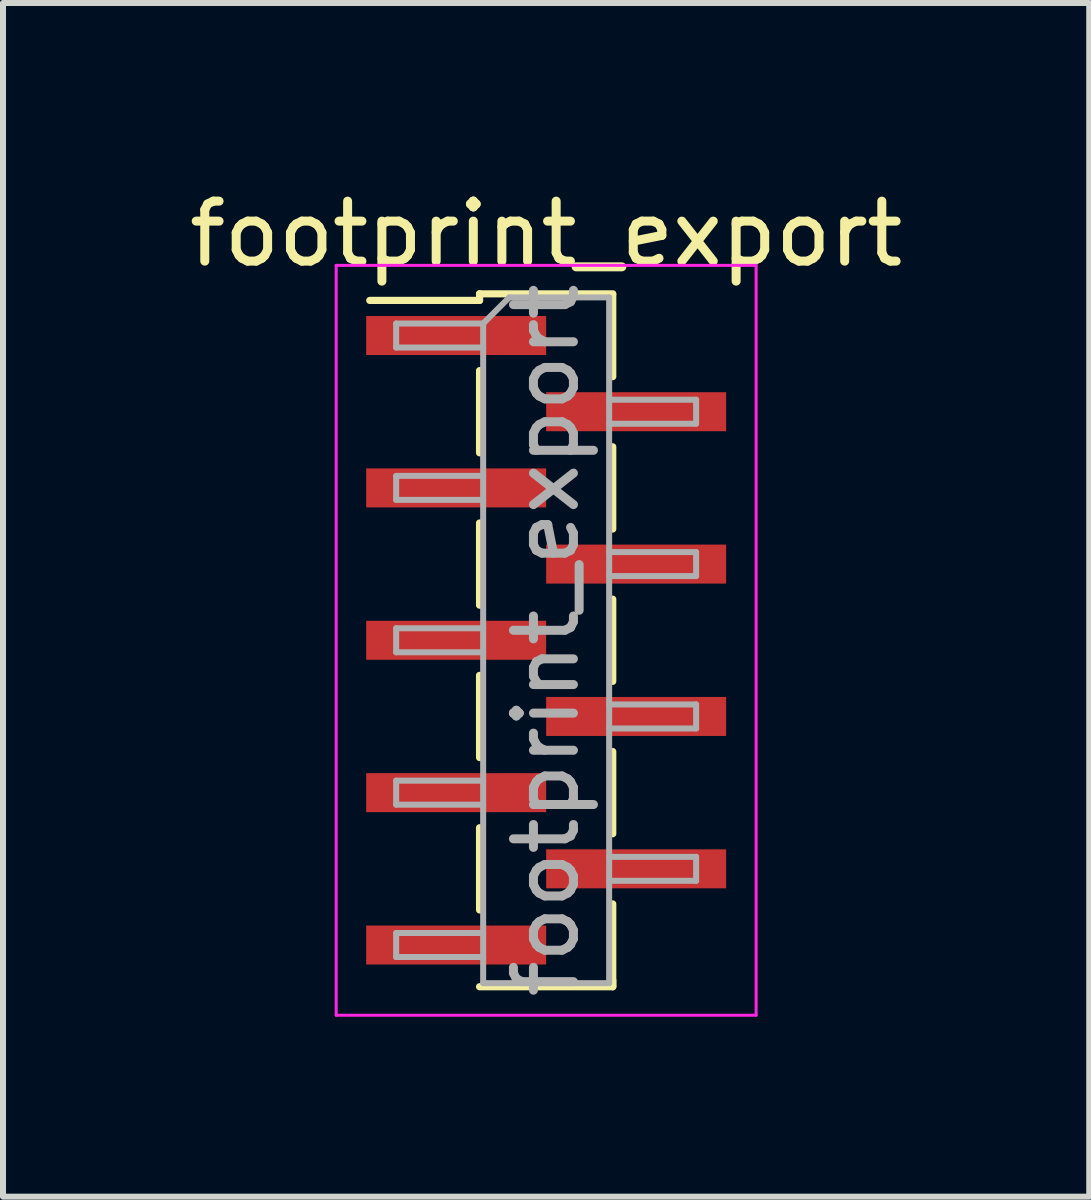
<source format=kicad_pcb>
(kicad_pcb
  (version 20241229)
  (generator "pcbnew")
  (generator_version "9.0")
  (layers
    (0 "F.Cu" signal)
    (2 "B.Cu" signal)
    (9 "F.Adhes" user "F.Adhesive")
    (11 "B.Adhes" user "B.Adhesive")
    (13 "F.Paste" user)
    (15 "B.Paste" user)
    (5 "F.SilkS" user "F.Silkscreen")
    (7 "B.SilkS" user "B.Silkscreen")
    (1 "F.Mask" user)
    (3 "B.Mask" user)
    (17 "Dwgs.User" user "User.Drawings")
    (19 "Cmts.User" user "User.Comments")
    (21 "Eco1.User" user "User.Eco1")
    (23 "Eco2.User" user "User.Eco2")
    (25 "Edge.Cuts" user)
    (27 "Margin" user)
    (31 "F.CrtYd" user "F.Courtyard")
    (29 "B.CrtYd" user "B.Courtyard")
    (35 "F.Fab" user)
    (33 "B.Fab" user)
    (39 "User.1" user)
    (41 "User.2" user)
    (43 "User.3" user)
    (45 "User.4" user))
  (footprint "footprint_export"
    (layer "F.Cu")
    (at 6.054 7.623)
    (property "Reference" "footprint_export" (at 0 -6.775 0) (layer "F.SilkS") (effects (font (size 1 1) (thickness 0.15))))
    (attr smd)
    (fp_line (start -1.11 -5.775) (end -1.11 -5.665) (stroke (width 0.12) (type solid)) (layer "F.SilkS"))
    (fp_line (start -1.11 -5.775) (end 1.11 -5.775) (stroke (width 0.12) (type solid)) (layer "F.SilkS"))
    (fp_line (start -1.11 -5.665) (end -2.94 -5.665) (stroke (width 0.12) (type solid)) (layer "F.SilkS"))
    (fp_line (start -1.11 -4.495) (end -1.11 -3.125) (stroke (width 0.12) (type solid)) (layer "F.SilkS"))
    (fp_line (start -1.11 -1.955) (end -1.11 -0.585) (stroke (width 0.12) (type solid)) (layer "F.SilkS"))
    (fp_line (start -1.11 0.585) (end -1.11 1.955) (stroke (width 0.12) (type solid)) (layer "F.SilkS"))
    (fp_line (start -1.11 3.125) (end -1.11 4.495) (stroke (width 0.12) (type solid)) (layer "F.SilkS"))
    (fp_line (start -1.11 5.775) (end 1.11 5.775) (stroke (width 0.12) (type solid)) (layer "F.SilkS"))
    (fp_line (start 1.11 -5.765) (end 1.11 -4.395) (stroke (width 0.12) (type solid)) (layer "F.SilkS"))
    (fp_line (start 1.11 -3.225) (end 1.11 -1.855) (stroke (width 0.12) (type solid)) (layer "F.SilkS"))
    (fp_line (start 1.11 -0.685) (end 1.11 0.685) (stroke (width 0.12) (type solid)) (layer "F.SilkS"))
    (fp_line (start 1.11 1.855) (end 1.11 3.225) (stroke (width 0.12) (type solid)) (layer "F.SilkS"))
    (fp_line (start 1.11 4.395) (end 1.11 5.765) (stroke (width 0.12) (type solid)) (layer "F.SilkS"))
    (fp_line (start 1.11 5.665) (end 1.11 5.775) (stroke (width 0.12) (type solid)) (layer "F.SilkS"))
    (fp_line (start -3.5 -6.25) (end -3.5 6.25) (stroke (width 0.05) (type solid)) (layer "F.CrtYd"))
    (fp_line (start -3.5 6.25) (end 3.5 6.25) (stroke (width 0.05) (type solid)) (layer "F.CrtYd"))
    (fp_line (start 3.5 -6.25) (end -3.5 -6.25) (stroke (width 0.05) (type solid)) (layer "F.CrtYd"))
    (fp_line (start 3.5 6.25) (end 3.5 -6.25) (stroke (width 0.05) (type solid)) (layer "F.CrtYd"))
    (fp_line (start -2.5 -5.28) (end -2.5 -4.88) (stroke (width 0.1) (type solid)) (layer "F.Fab"))
    (fp_line (start -2.5 -4.88) (end -1.05 -4.88) (stroke (width 0.1) (type solid)) (layer "F.Fab"))
    (fp_line (start -2.5 -2.74) (end -2.5 -2.34) (stroke (width 0.1) (type solid)) (layer "F.Fab"))
    (fp_line (start -2.5 -2.34) (end -1.05 -2.34) (stroke (width 0.1) (type solid)) (layer "F.Fab"))
    (fp_line (start -2.5 -0.2) (end -2.5 0.2) (stroke (width 0.1) (type solid)) (layer "F.Fab"))
    (fp_line (start -2.5 0.2) (end -1.05 0.2) (stroke (width 0.1) (type solid)) (layer "F.Fab"))
    (fp_line (start -2.5 2.34) (end -2.5 2.74) (stroke (width 0.1) (type solid)) (layer "F.Fab"))
    (fp_line (start -2.5 2.74) (end -1.05 2.74) (stroke (width 0.1) (type solid)) (layer "F.Fab"))
    (fp_line (start -2.5 4.88) (end -2.5 5.28) (stroke (width 0.1) (type solid)) (layer "F.Fab"))
    (fp_line (start -2.5 5.28) (end -1.05 5.28) (stroke (width 0.1) (type solid)) (layer "F.Fab"))
    (fp_line (start -1.05 -5.28) (end -2.5 -5.28) (stroke (width 0.1) (type solid)) (layer "F.Fab"))
    (fp_line (start -1.05 -5.28) (end -0.615 -5.715) (stroke (width 0.1) (type solid)) (layer "F.Fab"))
    (fp_line (start -1.05 -2.74) (end -2.5 -2.74) (stroke (width 0.1) (type solid)) (layer "F.Fab"))
    (fp_line (start -1.05 -0.2) (end -2.5 -0.2) (stroke (width 0.1) (type solid)) (layer "F.Fab"))
    (fp_line (start -1.05 2.34) (end -2.5 2.34) (stroke (width 0.1) (type solid)) (layer "F.Fab"))
    (fp_line (start -1.05 4.88) (end -2.5 4.88) (stroke (width 0.1) (type solid)) (layer "F.Fab"))
    (fp_line (start -1.05 5.715) (end -1.05 -5.28) (stroke (width 0.1) (type solid)) (layer "F.Fab"))
    (fp_line (start -0.615 -5.715) (end 1.05 -5.715) (stroke (width 0.1) (type solid)) (layer "F.Fab"))
    (fp_line (start 1.05 -5.715) (end 1.05 5.715) (stroke (width 0.1) (type solid)) (layer "F.Fab"))
    (fp_line (start 1.05 -4.01) (end 2.5 -4.01) (stroke (width 0.1) (type solid)) (layer "F.Fab"))
    (fp_line (start 1.05 -1.47) (end 2.5 -1.47) (stroke (width 0.1) (type solid)) (layer "F.Fab"))
    (fp_line (start 1.05 1.07) (end 2.5 1.07) (stroke (width 0.1) (type solid)) (layer "F.Fab"))
    (fp_line (start 1.05 3.61) (end 2.5 3.61) (stroke (width 0.1) (type solid)) (layer "F.Fab"))
    (fp_line (start 1.05 5.715) (end -1.05 5.715) (stroke (width 0.1) (type solid)) (layer "F.Fab"))
    (fp_line (start 2.5 -4.01) (end 2.5 -3.61) (stroke (width 0.1) (type solid)) (layer "F.Fab"))
    (fp_line (start 2.5 -3.61) (end 1.05 -3.61) (stroke (width 0.1) (type solid)) (layer "F.Fab"))
    (fp_line (start 2.5 -1.47) (end 2.5 -1.07) (stroke (width 0.1) (type solid)) (layer "F.Fab"))
    (fp_line (start 2.5 -1.07) (end 1.05 -1.07) (stroke (width 0.1) (type solid)) (layer "F.Fab"))
    (fp_line (start 2.5 1.07) (end 2.5 1.47) (stroke (width 0.1) (type solid)) (layer "F.Fab"))
    (fp_line (start 2.5 1.47) (end 1.05 1.47) (stroke (width 0.1) (type solid)) (layer "F.Fab"))
    (fp_line (start 2.5 3.61) (end 2.5 4.01) (stroke (width 0.1) (type solid)) (layer "F.Fab"))
    (fp_line (start 2.5 4.01) (end 1.05 4.01) (stroke (width 0.1) (type solid)) (layer "F.Fab"))
    (fp_text user "${REFERENCE}" (at 0 0 90) (layer "F.Fab") (effects (font (size 1 1) (thickness 0.15))))
    (pad "1" smd rect (at -1.5 -5.08) (size 3 0.65) (layers "F.Cu" "F.Mask" "F.Paste"))
    (pad "2" smd rect (at 1.5 -3.81) (size 3 0.65) (layers "F.Cu" "F.Mask" "F.Paste"))
    (pad "3" smd rect (at -1.5 -2.54) (size 3 0.65) (layers "F.Cu" "F.Mask" "F.Paste"))
    (pad "4" smd rect (at 1.5 -1.27) (size 3 0.65) (layers "F.Cu" "F.Mask" "F.Paste"))
    (pad "5" smd rect (at -1.5 0) (size 3 0.65) (layers "F.Cu" "F.Mask" "F.Paste"))
    (pad "6" smd rect (at 1.5 1.27) (size 3 0.65) (layers "F.Cu" "F.Mask" "F.Paste"))
    (pad "7" smd rect (at -1.5 2.54) (size 3 0.65) (layers "F.Cu" "F.Mask" "F.Paste"))
    (pad "8" smd rect (at 1.5 3.81) (size 3 0.65) (layers "F.Cu" "F.Mask" "F.Paste"))
    (pad "9" smd rect (at -1.5 5.08) (size 3 0.65) (layers "F.Cu" "F.Mask" "F.Paste")))
  (gr_rect
    (start -3 -3)
    (end 15.107 16.898)
    (stroke (width 0.1) (type default))
    (fill no)
    (layer "Edge.Cuts")))
</source>
